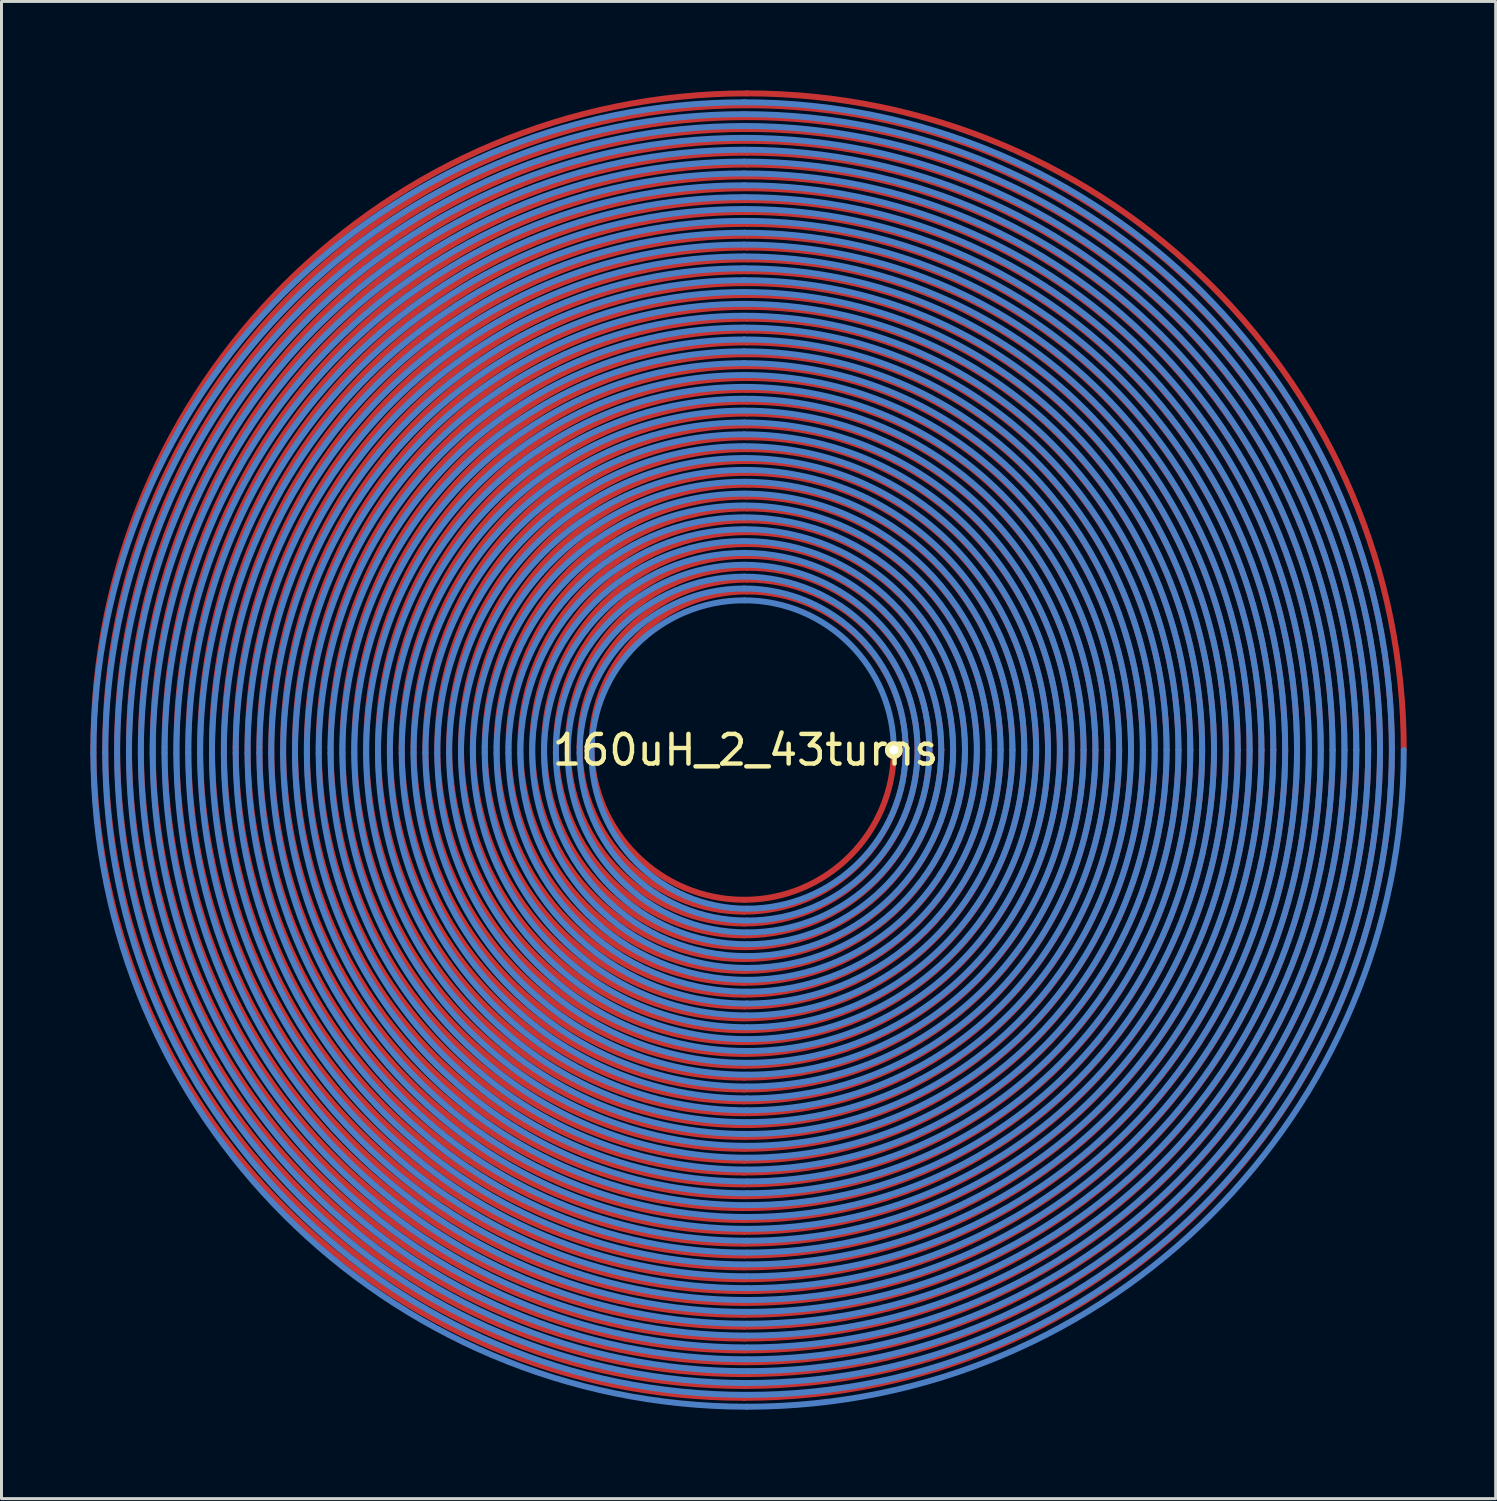
<source format=kicad_pcb>
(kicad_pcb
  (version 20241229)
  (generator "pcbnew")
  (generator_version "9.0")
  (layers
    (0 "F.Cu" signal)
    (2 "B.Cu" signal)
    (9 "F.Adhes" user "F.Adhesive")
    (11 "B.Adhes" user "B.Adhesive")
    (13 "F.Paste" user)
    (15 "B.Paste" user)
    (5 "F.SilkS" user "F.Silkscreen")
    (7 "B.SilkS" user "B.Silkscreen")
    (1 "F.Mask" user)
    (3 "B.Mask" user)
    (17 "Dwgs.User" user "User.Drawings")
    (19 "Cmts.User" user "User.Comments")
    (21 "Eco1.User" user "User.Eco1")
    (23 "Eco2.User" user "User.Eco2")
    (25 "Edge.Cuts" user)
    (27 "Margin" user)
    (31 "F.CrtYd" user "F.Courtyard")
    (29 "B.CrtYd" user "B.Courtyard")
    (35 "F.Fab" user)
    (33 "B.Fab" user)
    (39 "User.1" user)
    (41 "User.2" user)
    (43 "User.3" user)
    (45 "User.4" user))
  (footprint "160uH_2_43turns"
    (layer "F.Cu")
    (at 22.1 22.25)
    (property "Reference" "160uH_2_43turns" (at 0 0 0) (layer "F.SilkS") (effects (font (size 1 1) (thickness 0.15))))
    (attr smd)
    (fp_arc (start -22 -0.1) (mid -15.541705 -15.691705) (end 0.05 -22.15) (stroke (width 0.2) (type solid)) (layer "F.Cu"))
    (fp_arc (start -21.6 -0.1) (mid -15.258862 -15.408862) (end 0.05 -21.75) (stroke (width 0.2) (type solid)) (layer "F.Cu"))
    (fp_arc (start -21.2 -0.1) (mid -14.976019 -15.126019) (end 0.05 -21.35) (stroke (width 0.2) (type solid)) (layer "F.Cu"))
    (fp_arc (start -20.8 -0.1) (mid -14.693176 -14.843176) (end 0.05 -20.95) (stroke (width 0.2) (type solid)) (layer "F.Cu"))
    (fp_arc (start -20.4 -0.1) (mid -14.410334 -14.560334) (end 0.05 -20.55) (stroke (width 0.2) (type solid)) (layer "F.Cu"))
    (fp_arc (start -20 -0.1) (mid -14.127491 -14.277491) (end 0.05 -20.15) (stroke (width 0.2) (type solid)) (layer "F.Cu"))
    (fp_arc (start -19.6 -0.1) (mid -13.844648 -13.994648) (end 0.05 -19.75) (stroke (width 0.2) (type solid)) (layer "F.Cu"))
    (fp_arc (start -19.2 -0.1) (mid -13.561806 -13.711806) (end 0.05 -19.35) (stroke (width 0.2) (type solid)) (layer "F.Cu"))
    (fp_arc (start -18.8 -0.1) (mid -13.278963 -13.428963) (end 0.05 -18.95) (stroke (width 0.2) (type solid)) (layer "F.Cu"))
    (fp_arc (start -18.4 -0.1) (mid -12.99612 -13.14612) (end 0.05 -18.55) (stroke (width 0.2) (type solid)) (layer "F.Cu"))
    (fp_arc (start -18 -0.1) (mid -12.713277 -12.863277) (end 0.05 -18.15) (stroke (width 0.2) (type solid)) (layer "F.Cu"))
    (fp_arc (start -17.6 -0.1) (mid -12.430435 -12.580435) (end 0.05 -17.75) (stroke (width 0.2) (type solid)) (layer "F.Cu"))
    (fp_arc (start -17.2 -0.1) (mid -12.147592 -12.297592) (end 0.05 -17.35) (stroke (width 0.2) (type solid)) (layer "F.Cu"))
    (fp_arc (start -16.8 -0.1) (mid -11.864749 -12.014749) (end 0.05 -16.95) (stroke (width 0.2) (type solid)) (layer "F.Cu"))
    (fp_arc (start -16.4 -0.1) (mid -11.581907 -11.731907) (end 0.05 -16.55) (stroke (width 0.2) (type solid)) (layer "F.Cu"))
    (fp_arc (start -16 -0.1) (mid -11.299064 -11.449064) (end 0.05 -16.15) (stroke (width 0.2) (type solid)) (layer "F.Cu"))
    (fp_arc (start -15.6 -0.1) (mid -11.016221 -11.166221) (end 0.05 -15.75) (stroke (width 0.2) (type solid)) (layer "F.Cu"))
    (fp_arc (start -15.2 -0.1) (mid -10.733378 -10.883378) (end 0.05 -15.35) (stroke (width 0.2) (type solid)) (layer "F.Cu"))
    (fp_arc (start -14.8 -0.1) (mid -10.450536 -10.600536) (end 0.05 -14.95) (stroke (width 0.2) (type solid)) (layer "F.Cu"))
    (fp_arc (start -14.4 -0.1) (mid -10.167693 -10.317693) (end 0.05 -14.55) (stroke (width 0.2) (type solid)) (layer "F.Cu"))
    (fp_arc (start -14 -0.1) (mid -9.88485 -10.03485) (end 0.05 -14.15) (stroke (width 0.2) (type solid)) (layer "F.Cu"))
    (fp_arc (start -13.6 -0.1) (mid -9.602008 -9.752008) (end 0.05 -13.75) (stroke (width 0.2) (type solid)) (layer "F.Cu"))
    (fp_arc (start -13.2 -0.1) (mid -9.319165 -9.469165) (end 0.05 -13.35) (stroke (width 0.2) (type solid)) (layer "F.Cu"))
    (fp_arc (start -12.8 -0.1) (mid -9.036322 -9.186322) (end 0.05 -12.95) (stroke (width 0.2) (type solid)) (layer "F.Cu"))
    (fp_arc (start -12.4 -0.1) (mid -8.753479 -8.903479) (end 0.05 -12.55) (stroke (width 0.2) (type solid)) (layer "F.Cu"))
    (fp_arc (start -12 -0.1) (mid -8.470637 -8.620637) (end 0.05 -12.15) (stroke (width 0.2) (type solid)) (layer "F.Cu"))
    (fp_arc (start -11.6 -0.1) (mid -8.187794 -8.337794) (end 0.05 -11.75) (stroke (width 0.2) (type solid)) (layer "F.Cu"))
    (fp_arc (start -11.2 -0.1) (mid -7.904951 -8.054951) (end 0.05 -11.35) (stroke (width 0.2) (type solid)) (layer "F.Cu"))
    (fp_arc (start -10.8 -0.1) (mid -7.622109 -7.772109) (end 0.05 -10.95) (stroke (width 0.2) (type solid)) (layer "F.Cu"))
    (fp_arc (start -10.4 -0.1) (mid -7.339266 -7.489266) (end 0.05 -10.55) (stroke (width 0.2) (type solid)) (layer "F.Cu"))
    (fp_arc (start -10 -0.1) (mid -7.056423 -7.206423) (end 0.05 -10.15) (stroke (width 0.2) (type solid)) (layer "F.Cu"))
    (fp_arc (start -9.6 -0.1) (mid -6.77358 -6.92358) (end 0.05 -9.75) (stroke (width 0.2) (type solid)) (layer "F.Cu"))
    (fp_arc (start -9.2 -0.1) (mid -6.490738 -6.640738) (end 0.05 -9.35) (stroke (width 0.2) (type solid)) (layer "F.Cu"))
    (fp_arc (start -8.8 -0.1) (mid -6.207895 -6.357895) (end 0.05 -8.95) (stroke (width 0.2) (type solid)) (layer "F.Cu"))
    (fp_arc (start -8.4 -0.1) (mid -5.925052 -6.075052) (end 0.05 -8.55) (stroke (width 0.2) (type solid)) (layer "F.Cu"))
    (fp_arc (start -8 -0.1) (mid -5.64221 -5.79221) (end 0.05 -8.15) (stroke (width 0.2) (type solid)) (layer "F.Cu"))
    (fp_arc (start -7.6 -0.1) (mid -5.359367 -5.509367) (end 0.05 -7.75) (stroke (width 0.2) (type solid)) (layer "F.Cu"))
    (fp_arc (start -7.2 -0.1) (mid -5.076524 -5.226524) (end 0.05 -7.35) (stroke (width 0.2) (type solid)) (layer "F.Cu"))
    (fp_arc (start -6.8 -0.1) (mid -4.793681 -4.943681) (end 0.05 -6.95) (stroke (width 0.2) (type solid)) (layer "F.Cu"))
    (fp_arc (start -6.4 -0.1) (mid -4.510839 -4.660839) (end 0.05 -6.55) (stroke (width 0.2) (type solid)) (layer "F.Cu"))
    (fp_arc (start -6 -0.1) (mid -4.227996 -4.377996) (end 0.05 -6.15) (stroke (width 0.2) (type solid)) (layer "F.Cu"))
    (fp_arc (start -5.6 -0.1) (mid -3.945153 -4.095153) (end 0.05 -5.75) (stroke (width 0.2) (type solid)) (layer "F.Cu"))
    (fp_arc (start -5.2 -0.1) (mid -3.662311 -3.812311) (end 0.05 -5.35) (stroke (width 0.2) (type solid)) (layer "F.Cu"))
    (fp_arc (start -0.05 5.05) (mid -3.6916 3.5416) (end -5.2 -0.1) (stroke (width 0.2) (type solid)) (layer "F.Cu"))
    (fp_arc (start -0.05 5.45) (mid -3.974443 3.824443) (end -5.6 -0.1) (stroke (width 0.2) (type solid)) (layer "F.Cu"))
    (fp_arc (start -0.05 5.85) (mid -4.257285 4.107285) (end -6 -0.1) (stroke (width 0.2) (type solid)) (layer "F.Cu"))
    (fp_arc (start -0.05 6.25) (mid -4.540128 4.390128) (end -6.4 -0.1) (stroke (width 0.2) (type solid)) (layer "F.Cu"))
    (fp_arc (start -0.05 6.65) (mid -4.822971 4.672971) (end -6.8 -0.1) (stroke (width 0.2) (type solid)) (layer "F.Cu"))
    (fp_arc (start -0.05 7.05) (mid -5.105813 4.955813) (end -7.2 -0.1) (stroke (width 0.2) (type solid)) (layer "F.Cu"))
    (fp_arc (start -0.05 7.45) (mid -5.388656 5.238656) (end -7.6 -0.1) (stroke (width 0.2) (type solid)) (layer "F.Cu"))
    (fp_arc (start -0.05 7.85) (mid -5.671499 5.521499) (end -8 -0.1) (stroke (width 0.2) (type solid)) (layer "F.Cu"))
    (fp_arc (start -0.05 8.25) (mid -5.954342 5.804342) (end -8.4 -0.1) (stroke (width 0.2) (type solid)) (layer "F.Cu"))
    (fp_arc (start -0.05 8.65) (mid -6.237184 6.087184) (end -8.8 -0.1) (stroke (width 0.2) (type solid)) (layer "F.Cu"))
    (fp_arc (start -0.05 9.05) (mid -6.520027 6.370027) (end -9.2 -0.1) (stroke (width 0.2) (type solid)) (layer "F.Cu"))
    (fp_arc (start -0.05 9.45) (mid -6.80287 6.65287) (end -9.6 -0.1) (stroke (width 0.2) (type solid)) (layer "F.Cu"))
    (fp_arc (start -0.05 9.85) (mid -7.085712 6.935712) (end -10 -0.1) (stroke (width 0.2) (type solid)) (layer "F.Cu"))
    (fp_arc (start -0.05 10.25) (mid -7.368555 7.218555) (end -10.4 -0.1) (stroke (width 0.2) (type solid)) (layer "F.Cu"))
    (fp_arc (start -0.05 10.65) (mid -7.651398 7.501398) (end -10.8 -0.1) (stroke (width 0.2) (type solid)) (layer "F.Cu"))
    (fp_arc (start -0.05 11.05) (mid -7.934241 7.784241) (end -11.2 -0.1) (stroke (width 0.2) (type solid)) (layer "F.Cu"))
    (fp_arc (start -0.05 11.45) (mid -8.217083 8.067083) (end -11.6 -0.1) (stroke (width 0.2) (type solid)) (layer "F.Cu"))
    (fp_arc (start -0.05 11.85) (mid -8.499926 8.349926) (end -12 -0.1) (stroke (width 0.2) (type solid)) (layer "F.Cu"))
    (fp_arc (start -0.05 12.25) (mid -8.782769 8.632769) (end -12.4 -0.1) (stroke (width 0.2) (type solid)) (layer "F.Cu"))
    (fp_arc (start -0.05 12.65) (mid -9.065611 8.915611) (end -12.8 -0.1) (stroke (width 0.2) (type solid)) (layer "F.Cu"))
    (fp_arc (start -0.05 13.05) (mid -9.348454 9.198454) (end -13.2 -0.1) (stroke (width 0.2) (type solid)) (layer "F.Cu"))
    (fp_arc (start -0.05 13.45) (mid -9.631297 9.481297) (end -13.6 -0.1) (stroke (width 0.2) (type solid)) (layer "F.Cu"))
    (fp_arc (start -0.05 13.85) (mid -9.91414 9.76414) (end -14 -0.1) (stroke (width 0.2) (type solid)) (layer "F.Cu"))
    (fp_arc (start -0.05 14.25) (mid -10.196982 10.046982) (end -14.4 -0.1) (stroke (width 0.2) (type solid)) (layer "F.Cu"))
    (fp_arc (start -0.05 14.65) (mid -10.479825 10.329825) (end -14.8 -0.1) (stroke (width 0.2) (type solid)) (layer "F.Cu"))
    (fp_arc (start -0.05 15.05) (mid -10.762668 10.612668) (end -15.2 -0.1) (stroke (width 0.2) (type solid)) (layer "F.Cu"))
    (fp_arc (start -0.05 15.45) (mid -11.04551 10.89551) (end -15.6 -0.1) (stroke (width 0.2) (type solid)) (layer "F.Cu"))
    (fp_arc (start -0.05 15.85) (mid -11.328353 11.178353) (end -16 -0.1) (stroke (width 0.2) (type solid)) (layer "F.Cu"))
    (fp_arc (start -0.05 16.25) (mid -11.611196 11.461196) (end -16.4 -0.1) (stroke (width 0.2) (type solid)) (layer "F.Cu"))
    (fp_arc (start -0.05 16.65) (mid -11.894039 11.744039) (end -16.8 -0.1) (stroke (width 0.2) (type solid)) (layer "F.Cu"))
    (fp_arc (start -0.05 17.05) (mid -12.176881 12.026881) (end -17.2 -0.1) (stroke (width 0.2) (type solid)) (layer "F.Cu"))
    (fp_arc (start -0.05 17.45) (mid -12.459724 12.309724) (end -17.6 -0.1) (stroke (width 0.2) (type solid)) (layer "F.Cu"))
    (fp_arc (start -0.05 17.85) (mid -12.742567 12.592567) (end -18 -0.1) (stroke (width 0.2) (type solid)) (layer "F.Cu"))
    (fp_arc (start -0.05 18.25) (mid -13.025409 12.875409) (end -18.4 -0.1) (stroke (width 0.2) (type solid)) (layer "F.Cu"))
    (fp_arc (start -0.05 18.65) (mid -13.308252 13.158252) (end -18.8 -0.1) (stroke (width 0.2) (type solid)) (layer "F.Cu"))
    (fp_arc (start -0.05 19.05) (mid -13.591095 13.441095) (end -19.2 -0.1) (stroke (width 0.2) (type solid)) (layer "F.Cu"))
    (fp_arc (start -0.05 19.45) (mid -13.873938 13.723938) (end -19.6 -0.1) (stroke (width 0.2) (type solid)) (layer "F.Cu"))
    (fp_arc (start -0.05 19.85) (mid -14.15678 14.00678) (end -20 -0.1) (stroke (width 0.2) (type solid)) (layer "F.Cu"))
    (fp_arc (start -0.05 20.25) (mid -14.439623 14.289623) (end -20.4 -0.1) (stroke (width 0.2) (type solid)) (layer "F.Cu"))
    (fp_arc (start -0.05 20.65) (mid -14.722466 14.572466) (end -20.8 -0.1) (stroke (width 0.2) (type solid)) (layer "F.Cu"))
    (fp_arc (start -0.05 21.05) (mid -15.005308 14.855308) (end -21.2 -0.1) (stroke (width 0.2) (type solid)) (layer "F.Cu"))
    (fp_arc (start -0.05 21.45) (mid -15.288151 15.138151) (end -21.6 -0.1) (stroke (width 0.2) (type solid)) (layer "F.Cu"))
    (fp_arc (start -0.05 21.85) (mid -15.570994 15.420994) (end -22 -0.1) (stroke (width 0.2) (type solid)) (layer "F.Cu"))
    (fp_arc (start 0.05 -22.15) (mid 15.712415 -15.662415) (end 22.2 0) (stroke (width 0.2) (type solid)) (layer "F.Cu"))
    (fp_arc (start 0.05 -21.75) (mid 15.429572 -15.379572) (end 21.8 0) (stroke (width 0.2) (type solid)) (layer "F.Cu"))
    (fp_arc (start 0.05 -21.35) (mid 15.14673 -15.09673) (end 21.4 0) (stroke (width 0.2) (type solid)) (layer "F.Cu"))
    (fp_arc (start 0.05 -20.95) (mid 14.863887 -14.813887) (end 21 0) (stroke (width 0.2) (type solid)) (layer "F.Cu"))
    (fp_arc (start 0.05 -20.55) (mid 14.581044 -14.531044) (end 20.6 0) (stroke (width 0.2) (type solid)) (layer "F.Cu"))
    (fp_arc (start 0.05 -20.15) (mid 14.298202 -14.248202) (end 20.2 0) (stroke (width 0.2) (type solid)) (layer "F.Cu"))
    (fp_arc (start 0.05 -19.75) (mid 14.015359 -13.965359) (end 19.8 0) (stroke (width 0.2) (type solid)) (layer "F.Cu"))
    (fp_arc (start 0.05 -19.35) (mid 13.732516 -13.682516) (end 19.4 0) (stroke (width 0.2) (type solid)) (layer "F.Cu"))
    (fp_arc (start 0.05 -18.95) (mid 13.449674 -13.399674) (end 19 0) (stroke (width 0.2) (type solid)) (layer "F.Cu"))
    (fp_arc (start 0.05 -18.55) (mid 13.166831 -13.116831) (end 18.6 0) (stroke (width 0.2) (type solid)) (layer "F.Cu"))
    (fp_arc (start 0.05 -18.15) (mid 12.883988 -12.833988) (end 18.2 0) (stroke (width 0.2) (type solid)) (layer "F.Cu"))
    (fp_arc (start 0.05 -17.75) (mid 12.601145 -12.551145) (end 17.8 0) (stroke (width 0.2) (type solid)) (layer "F.Cu"))
    (fp_arc (start 0.05 -17.35) (mid 12.318303 -12.268303) (end 17.4 0) (stroke (width 0.2) (type solid)) (layer "F.Cu"))
    (fp_arc (start 0.05 -16.95) (mid 12.03546 -11.98546) (end 17 0) (stroke (width 0.2) (type solid)) (layer "F.Cu"))
    (fp_arc (start 0.05 -16.55) (mid 11.752617 -11.702617) (end 16.6 0) (stroke (width 0.2) (type solid)) (layer "F.Cu"))
    (fp_arc (start 0.05 -16.15) (mid 11.469775 -11.419775) (end 16.2 0) (stroke (width 0.2) (type solid)) (layer "F.Cu"))
    (fp_arc (start 0.05 -15.75) (mid 11.186932 -11.136932) (end 15.8 0) (stroke (width 0.2) (type solid)) (layer "F.Cu"))
    (fp_arc (start 0.05 -15.35) (mid 10.904089 -10.854089) (end 15.4 0) (stroke (width 0.2) (type solid)) (layer "F.Cu"))
    (fp_arc (start 0.05 -14.95) (mid 10.621246 -10.571246) (end 15 0) (stroke (width 0.2) (type solid)) (layer "F.Cu"))
    (fp_arc (start 0.05 -14.55) (mid 10.338404 -10.288404) (end 14.6 0) (stroke (width 0.2) (type solid)) (layer "F.Cu"))
    (fp_arc (start 0.05 -14.15) (mid 10.055561 -10.005561) (end 14.2 0) (stroke (width 0.2) (type solid)) (layer "F.Cu"))
    (fp_arc (start 0.05 -13.75) (mid 9.772718 -9.722718) (end 13.8 0) (stroke (width 0.2) (type solid)) (layer "F.Cu"))
    (fp_arc (start 0.05 -13.35) (mid 9.489876 -9.439876) (end 13.4 0) (stroke (width 0.2) (type solid)) (layer "F.Cu"))
    (fp_arc (start 0.05 -12.95) (mid 9.207033 -9.157033) (end 13 0) (stroke (width 0.2) (type solid)) (layer "F.Cu"))
    (fp_arc (start 0.05 -12.55) (mid 8.92419 -8.87419) (end 12.6 0) (stroke (width 0.2) (type solid)) (layer "F.Cu"))
    (fp_arc (start 0.05 -12.15) (mid 8.641347 -8.591347) (end 12.2 0) (stroke (width 0.2) (type solid)) (layer "F.Cu"))
    (fp_arc (start 0.05 -11.75) (mid 8.358505 -8.308505) (end 11.8 0) (stroke (width 0.2) (type solid)) (layer "F.Cu"))
    (fp_arc (start 0.05 -11.35) (mid 8.075662 -8.025662) (end 11.4 0) (stroke (width 0.2) (type solid)) (layer "F.Cu"))
    (fp_arc (start 0.05 -10.95) (mid 7.792819 -7.742819) (end 11 0) (stroke (width 0.2) (type solid)) (layer "F.Cu"))
    (fp_arc (start 0.05 -10.55) (mid 7.509977 -7.459977) (end 10.6 0) (stroke (width 0.2) (type solid)) (layer "F.Cu"))
    (fp_arc (start 0.05 -10.15) (mid 7.227134 -7.177134) (end 10.2 0) (stroke (width 0.2) (type solid)) (layer "F.Cu"))
    (fp_arc (start 0.05 -9.75) (mid 6.944291 -6.894291) (end 9.8 0) (stroke (width 0.2) (type solid)) (layer "F.Cu"))
    (fp_arc (start 0.05 -9.35) (mid 6.661448 -6.611448) (end 9.4 0) (stroke (width 0.2) (type solid)) (layer "F.Cu"))
    (fp_arc (start 0.05 -8.95) (mid 6.378606 -6.328606) (end 9 0) (stroke (width 0.2) (type solid)) (layer "F.Cu"))
    (fp_arc (start 0.05 -8.55) (mid 6.095763 -6.045763) (end 8.6 0) (stroke (width 0.2) (type solid)) (layer "F.Cu"))
    (fp_arc (start 0.05 -8.15) (mid 5.81292 -5.76292) (end 8.2 0) (stroke (width 0.2) (type solid)) (layer "F.Cu"))
    (fp_arc (start 0.05 -7.75) (mid 5.530078 -5.480078) (end 7.8 0) (stroke (width 0.2) (type solid)) (layer "F.Cu"))
    (fp_arc (start 0.05 -7.35) (mid 5.247235 -5.197235) (end 7.4 0) (stroke (width 0.2) (type solid)) (layer "F.Cu"))
    (fp_arc (start 0.05 -6.95) (mid 4.964392 -4.914392) (end 7 0) (stroke (width 0.2) (type solid)) (layer "F.Cu"))
    (fp_arc (start 0.05 -6.55) (mid 4.681549 -4.631549) (end 6.6 0) (stroke (width 0.2) (type solid)) (layer "F.Cu"))
    (fp_arc (start 0.05 -6.15) (mid 4.398707 -4.348707) (end 6.2 0) (stroke (width 0.2) (type solid)) (layer "F.Cu"))
    (fp_arc (start 0.05 -5.75) (mid 4.115864 -4.065864) (end 5.8 0) (stroke (width 0.2) (type solid)) (layer "F.Cu"))
    (fp_arc (start 0.05 -5.35) (mid 3.833021 -3.783021) (end 5.4 0) (stroke (width 0.2) (type solid)) (layer "F.Cu"))
    (fp_arc (start 5 0) (mid 3.520889 3.570889) (end -0.05 5.05) (stroke (width 0.2) (type solid)) (layer "F.Cu"))
    (fp_arc (start 5.4 0) (mid 3.803732 3.853732) (end -0.05 5.45) (stroke (width 0.2) (type solid)) (layer "F.Cu"))
    (fp_arc (start 5.8 0) (mid 4.086575 4.136575) (end -0.05 5.85) (stroke (width 0.2) (type solid)) (layer "F.Cu"))
    (fp_arc (start 6.2 0) (mid 4.369417 4.419417) (end -0.05 6.25) (stroke (width 0.2) (type solid)) (layer "F.Cu"))
    (fp_arc (start 6.6 0) (mid 4.65226 4.70226) (end -0.05 6.65) (stroke (width 0.2) (type solid)) (layer "F.Cu"))
    (fp_arc (start 7 0) (mid 4.935103 4.985103) (end -0.05 7.05) (stroke (width 0.2) (type solid)) (layer "F.Cu"))
    (fp_arc (start 7.4 0) (mid 5.217946 5.267946) (end -0.05 7.45) (stroke (width 0.2) (type solid)) (layer "F.Cu"))
    (fp_arc (start 7.8 0) (mid 5.500788 5.550788) (end -0.05 7.85) (stroke (width 0.2) (type solid)) (layer "F.Cu"))
    (fp_arc (start 8.2 0) (mid 5.783631 5.833631) (end -0.05 8.25) (stroke (width 0.2) (type solid)) (layer "F.Cu"))
    (fp_arc (start 8.6 0) (mid 6.066474 6.116474) (end -0.05 8.65) (stroke (width 0.2) (type solid)) (layer "F.Cu"))
    (fp_arc (start 9 0) (mid 6.349316 6.399316) (end -0.05 9.05) (stroke (width 0.2) (type solid)) (layer "F.Cu"))
    (fp_arc (start 9.4 0) (mid 6.632159 6.682159) (end -0.05 9.45) (stroke (width 0.2) (type solid)) (layer "F.Cu"))
    (fp_arc (start 9.8 0) (mid 6.915002 6.965002) (end -0.05 9.85) (stroke (width 0.2) (type solid)) (layer "F.Cu"))
    (fp_arc (start 10.2 0) (mid 7.197845 7.247845) (end -0.05 10.25) (stroke (width 0.2) (type solid)) (layer "F.Cu"))
    (fp_arc (start 10.6 0) (mid 7.480687 7.530687) (end -0.05 10.65) (stroke (width 0.2) (type solid)) (layer "F.Cu"))
    (fp_arc (start 11 0) (mid 7.76353 7.81353) (end -0.05 11.05) (stroke (width 0.2) (type solid)) (layer "F.Cu"))
    (fp_arc (start 11.4 0) (mid 8.046373 8.096373) (end -0.05 11.45) (stroke (width 0.2) (type solid)) (layer "F.Cu"))
    (fp_arc (start 11.8 0) (mid 8.329215 8.379215) (end -0.05 11.85) (stroke (width 0.2) (type solid)) (layer "F.Cu"))
    (fp_arc (start 12.2 0) (mid 8.612058 8.662058) (end -0.05 12.25) (stroke (width 0.2) (type solid)) (layer "F.Cu"))
    (fp_arc (start 12.6 0) (mid 8.894901 8.944901) (end -0.05 12.65) (stroke (width 0.2) (type solid)) (layer "F.Cu"))
    (fp_arc (start 13 0) (mid 9.177743 9.227743) (end -0.05 13.05) (stroke (width 0.2) (type solid)) (layer "F.Cu"))
    (fp_arc (start 13.4 0) (mid 9.460586 9.510586) (end -0.05 13.45) (stroke (width 0.2) (type solid)) (layer "F.Cu"))
    (fp_arc (start 13.8 0) (mid 9.743429 9.793429) (end -0.05 13.85) (stroke (width 0.2) (type solid)) (layer "F.Cu"))
    (fp_arc (start 14.2 0) (mid 10.026272 10.076272) (end -0.05 14.25) (stroke (width 0.2) (type solid)) (layer "F.Cu"))
    (fp_arc (start 14.6 0) (mid 10.309114 10.359114) (end -0.05 14.65) (stroke (width 0.2) (type solid)) (layer "F.Cu"))
    (fp_arc (start 15 0) (mid 10.591957 10.641957) (end -0.05 15.05) (stroke (width 0.2) (type solid)) (layer "F.Cu"))
    (fp_arc (start 15.4 0) (mid 10.8748 10.9248) (end -0.05 15.45) (stroke (width 0.2) (type solid)) (layer "F.Cu"))
    (fp_arc (start 15.8 0) (mid 11.157642 11.207642) (end -0.05 15.85) (stroke (width 0.2) (type solid)) (layer "F.Cu"))
    (fp_arc (start 16.2 0) (mid 11.440485 11.490485) (end -0.05 16.25) (stroke (width 0.2) (type solid)) (layer "F.Cu"))
    (fp_arc (start 16.6 0) (mid 11.723328 11.773328) (end -0.05 16.65) (stroke (width 0.2) (type solid)) (layer "F.Cu"))
    (fp_arc (start 17 0) (mid 12.006171 12.056171) (end -0.05 17.05) (stroke (width 0.2) (type solid)) (layer "F.Cu"))
    (fp_arc (start 17.4 0) (mid 12.289013 12.339013) (end -0.05 17.45) (stroke (width 0.2) (type solid)) (layer "F.Cu"))
    (fp_arc (start 17.8 0) (mid 12.571856 12.621856) (end -0.05 17.85) (stroke (width 0.2) (type solid)) (layer "F.Cu"))
    (fp_arc (start 18.2 0) (mid 12.854699 12.904699) (end -0.05 18.25) (stroke (width 0.2) (type solid)) (layer "F.Cu"))
    (fp_arc (start 18.6 0) (mid 13.137541 13.187541) (end -0.05 18.65) (stroke (width 0.2) (type solid)) (layer "F.Cu"))
    (fp_arc (start 19 0) (mid 13.420384 13.470384) (end -0.05 19.05) (stroke (width 0.2) (type solid)) (layer "F.Cu"))
    (fp_arc (start 19.4 0) (mid 13.703227 13.753227) (end -0.05 19.45) (stroke (width 0.2) (type solid)) (layer "F.Cu"))
    (fp_arc (start 19.8 0) (mid 13.98607 14.03607) (end -0.05 19.85) (stroke (width 0.2) (type solid)) (layer "F.Cu"))
    (fp_arc (start 20.2 0) (mid 14.268912 14.318912) (end -0.05 20.25) (stroke (width 0.2) (type solid)) (layer "F.Cu"))
    (fp_arc (start 20.6 0) (mid 14.551755 14.601755) (end -0.05 20.65) (stroke (width 0.2) (type solid)) (layer "F.Cu"))
    (fp_arc (start 21 0) (mid 14.834598 14.884598) (end -0.05 21.05) (stroke (width 0.2) (type solid)) (layer "F.Cu"))
    (fp_arc (start 21.4 0) (mid 15.11744 15.16744) (end -0.05 21.45) (stroke (width 0.2) (type solid)) (layer "F.Cu"))
    (fp_arc (start 21.8 0) (mid 15.400283 15.450283) (end -0.05 21.85) (stroke (width 0.2) (type solid)) (layer "F.Cu"))
    (fp_arc (start -22 0.1) (mid -15.570994 -15.420994) (end -0.05 -21.85) (stroke (width 0.2) (type solid)) (layer "B.Cu"))
    (fp_arc (start -21.6 0.1) (mid -15.288151 -15.138151) (end -0.05 -21.45) (stroke (width 0.2) (type solid)) (layer "B.Cu"))
    (fp_arc (start -21.2 0.1) (mid -15.005308 -14.855308) (end -0.05 -21.05) (stroke (width 0.2) (type solid)) (layer "B.Cu"))
    (fp_arc (start -20.8 0.1) (mid -14.722466 -14.572466) (end -0.05 -20.65) (stroke (width 0.2) (type solid)) (layer "B.Cu"))
    (fp_arc (start -20.4 0.1) (mid -14.439623 -14.289623) (end -0.05 -20.25) (stroke (width 0.2) (type solid)) (layer "B.Cu"))
    (fp_arc (start -20 0.1) (mid -14.15678 -14.00678) (end -0.05 -19.85) (stroke (width 0.2) (type solid)) (layer "B.Cu"))
    (fp_arc (start -19.6 0.1) (mid -13.873938 -13.723938) (end -0.05 -19.45) (stroke (width 0.2) (type solid)) (layer "B.Cu"))
    (fp_arc (start -19.2 0.1) (mid -13.591095 -13.441095) (end -0.05 -19.05) (stroke (width 0.2) (type solid)) (layer "B.Cu"))
    (fp_arc (start -18.8 0.1) (mid -13.308252 -13.158252) (end -0.05 -18.65) (stroke (width 0.2) (type solid)) (layer "B.Cu"))
    (fp_arc (start -18.4 0.1) (mid -13.025409 -12.875409) (end -0.05 -18.25) (stroke (width 0.2) (type solid)) (layer "B.Cu"))
    (fp_arc (start -18 0.1) (mid -12.742567 -12.592567) (end -0.05 -17.85) (stroke (width 0.2) (type solid)) (layer "B.Cu"))
    (fp_arc (start -17.6 0.1) (mid -12.459724 -12.309724) (end -0.05 -17.45) (stroke (width 0.2) (type solid)) (layer "B.Cu"))
    (fp_arc (start -17.2 0.1) (mid -12.176881 -12.026881) (end -0.05 -17.05) (stroke (width 0.2) (type solid)) (layer "B.Cu"))
    (fp_arc (start -16.8 0.1) (mid -11.894039 -11.744039) (end -0.05 -16.65) (stroke (width 0.2) (type solid)) (layer "B.Cu"))
    (fp_arc (start -16.4 0.1) (mid -11.611196 -11.461196) (end -0.05 -16.25) (stroke (width 0.2) (type solid)) (layer "B.Cu"))
    (fp_arc (start -16 0.1) (mid -11.328353 -11.178353) (end -0.05 -15.85) (stroke (width 0.2) (type solid)) (layer "B.Cu"))
    (fp_arc (start -15.6 0.1) (mid -11.04551 -10.89551) (end -0.05 -15.45) (stroke (width 0.2) (type solid)) (layer "B.Cu"))
    (fp_arc (start -15.2 0.1) (mid -10.762668 -10.612668) (end -0.05 -15.05) (stroke (width 0.2) (type solid)) (layer "B.Cu"))
    (fp_arc (start -14.8 0.1) (mid -10.479825 -10.329825) (end -0.05 -14.65) (stroke (width 0.2) (type solid)) (layer "B.Cu"))
    (fp_arc (start -14.4 0.1) (mid -10.196982 -10.046982) (end -0.05 -14.25) (stroke (width 0.2) (type solid)) (layer "B.Cu"))
    (fp_arc (start -14 0.1) (mid -9.91414 -9.76414) (end -0.05 -13.85) (stroke (width 0.2) (type solid)) (layer "B.Cu"))
    (fp_arc (start -13.6 0.1) (mid -9.631297 -9.481297) (end -0.05 -13.45) (stroke (width 0.2) (type solid)) (layer "B.Cu"))
    (fp_arc (start -13.2 0.1) (mid -9.348454 -9.198454) (end -0.05 -13.05) (stroke (width 0.2) (type solid)) (layer "B.Cu"))
    (fp_arc (start -12.8 0.1) (mid -9.065611 -8.915611) (end -0.05 -12.65) (stroke (width 0.2) (type solid)) (layer "B.Cu"))
    (fp_arc (start -12.4 0.1) (mid -8.782769 -8.632769) (end -0.05 -12.25) (stroke (width 0.2) (type solid)) (layer "B.Cu"))
    (fp_arc (start -12 0.1) (mid -8.499926 -8.349926) (end -0.05 -11.85) (stroke (width 0.2) (type solid)) (layer "B.Cu"))
    (fp_arc (start -11.6 0.1) (mid -8.217083 -8.067083) (end -0.05 -11.45) (stroke (width 0.2) (type solid)) (layer "B.Cu"))
    (fp_arc (start -11.2 0.1) (mid -7.934241 -7.784241) (end -0.05 -11.05) (stroke (width 0.2) (type solid)) (layer "B.Cu"))
    (fp_arc (start -10.8 0.1) (mid -7.651398 -7.501398) (end -0.05 -10.65) (stroke (width 0.2) (type solid)) (layer "B.Cu"))
    (fp_arc (start -10.4 0.1) (mid -7.368555 -7.218555) (end -0.05 -10.25) (stroke (width 0.2) (type solid)) (layer "B.Cu"))
    (fp_arc (start -10 0.1) (mid -7.085712 -6.935712) (end -0.05 -9.85) (stroke (width 0.2) (type solid)) (layer "B.Cu"))
    (fp_arc (start -9.6 0.1) (mid -6.80287 -6.65287) (end -0.05 -9.45) (stroke (width 0.2) (type solid)) (layer "B.Cu"))
    (fp_arc (start -9.2 0.1) (mid -6.520027 -6.370027) (end -0.05 -9.05) (stroke (width 0.2) (type solid)) (layer "B.Cu"))
    (fp_arc (start -8.8 0.1) (mid -6.237184 -6.087184) (end -0.05 -8.65) (stroke (width 0.2) (type solid)) (layer "B.Cu"))
    (fp_arc (start -8.4 0.1) (mid -5.954342 -5.804342) (end -0.05 -8.25) (stroke (width 0.2) (type solid)) (layer "B.Cu"))
    (fp_arc (start -8 0.1) (mid -5.671499 -5.521499) (end -0.05 -7.85) (stroke (width 0.2) (type solid)) (layer "B.Cu"))
    (fp_arc (start -7.6 0.1) (mid -5.388656 -5.238656) (end -0.05 -7.45) (stroke (width 0.2) (type solid)) (layer "B.Cu"))
    (fp_arc (start -7.2 0.1) (mid -5.105813 -4.955813) (end -0.05 -7.05) (stroke (width 0.2) (type solid)) (layer "B.Cu"))
    (fp_arc (start -6.8 0.1) (mid -4.822971 -4.672971) (end -0.05 -6.65) (stroke (width 0.2) (type solid)) (layer "B.Cu"))
    (fp_arc (start -6.4 0.1) (mid -4.540128 -4.390128) (end -0.05 -6.25) (stroke (width 0.2) (type solid)) (layer "B.Cu"))
    (fp_arc (start -6 0.1) (mid -4.257285 -4.107285) (end -0.05 -5.85) (stroke (width 0.2) (type solid)) (layer "B.Cu"))
    (fp_arc (start -5.6 0.1) (mid -3.974443 -3.824443) (end -0.05 -5.45) (stroke (width 0.2) (type solid)) (layer "B.Cu"))
    (fp_arc (start -5.2 0.1) (mid -3.6916 -3.5416) (end -0.05 -5.05) (stroke (width 0.2) (type solid)) (layer "B.Cu"))
    (fp_arc (start -0.05 -21.85) (mid 15.400283 -15.450283) (end 21.8 0) (stroke (width 0.2) (type solid)) (layer "B.Cu"))
    (fp_arc (start -0.05 -21.45) (mid 15.11744 -15.16744) (end 21.4 0) (stroke (width 0.2) (type solid)) (layer "B.Cu"))
    (fp_arc (start -0.05 -21.05) (mid 14.834598 -14.884598) (end 21 0) (stroke (width 0.2) (type solid)) (layer "B.Cu"))
    (fp_arc (start -0.05 -20.65) (mid 14.551755 -14.601755) (end 20.6 0) (stroke (width 0.2) (type solid)) (layer "B.Cu"))
    (fp_arc (start -0.05 -20.25) (mid 14.268912 -14.318912) (end 20.2 0) (stroke (width 0.2) (type solid)) (layer "B.Cu"))
    (fp_arc (start -0.05 -19.85) (mid 13.98607 -14.03607) (end 19.8 0) (stroke (width 0.2) (type solid)) (layer "B.Cu"))
    (fp_arc (start -0.05 -19.45) (mid 13.703227 -13.753227) (end 19.4 0) (stroke (width 0.2) (type solid)) (layer "B.Cu"))
    (fp_arc (start -0.05 -19.05) (mid 13.420384 -13.470384) (end 19 0) (stroke (width 0.2) (type solid)) (layer "B.Cu"))
    (fp_arc (start -0.05 -18.65) (mid 13.137541 -13.187541) (end 18.6 0) (stroke (width 0.2) (type solid)) (layer "B.Cu"))
    (fp_arc (start -0.05 -18.25) (mid 12.854699 -12.904699) (end 18.2 0) (stroke (width 0.2) (type solid)) (layer "B.Cu"))
    (fp_arc (start -0.05 -17.85) (mid 12.571856 -12.621856) (end 17.8 0) (stroke (width 0.2) (type solid)) (layer "B.Cu"))
    (fp_arc (start -0.05 -17.45) (mid 12.289013 -12.339013) (end 17.4 0) (stroke (width 0.2) (type solid)) (layer "B.Cu"))
    (fp_arc (start -0.05 -17.05) (mid 12.006171 -12.056171) (end 17 0) (stroke (width 0.2) (type solid)) (layer "B.Cu"))
    (fp_arc (start -0.05 -16.65) (mid 11.723328 -11.773328) (end 16.6 0) (stroke (width 0.2) (type solid)) (layer "B.Cu"))
    (fp_arc (start -0.05 -16.25) (mid 11.440485 -11.490485) (end 16.2 0) (stroke (width 0.2) (type solid)) (layer "B.Cu"))
    (fp_arc (start -0.05 -15.85) (mid 11.157642 -11.207642) (end 15.8 0) (stroke (width 0.2) (type solid)) (layer "B.Cu"))
    (fp_arc (start -0.05 -15.45) (mid 10.8748 -10.9248) (end 15.4 0) (stroke (width 0.2) (type solid)) (layer "B.Cu"))
    (fp_arc (start -0.05 -15.05) (mid 10.591957 -10.641957) (end 15 0) (stroke (width 0.2) (type solid)) (layer "B.Cu"))
    (fp_arc (start -0.05 -14.65) (mid 10.309114 -10.359114) (end 14.6 0) (stroke (width 0.2) (type solid)) (layer "B.Cu"))
    (fp_arc (start -0.05 -14.25) (mid 10.026272 -10.076272) (end 14.2 0) (stroke (width 0.2) (type solid)) (layer "B.Cu"))
    (fp_arc (start -0.05 -13.85) (mid 9.743429 -9.793429) (end 13.8 0) (stroke (width 0.2) (type solid)) (layer "B.Cu"))
    (fp_arc (start -0.05 -13.45) (mid 9.460586 -9.510586) (end 13.4 0) (stroke (width 0.2) (type solid)) (layer "B.Cu"))
    (fp_arc (start -0.05 -13.05) (mid 9.177743 -9.227743) (end 13 0) (stroke (width 0.2) (type solid)) (layer "B.Cu"))
    (fp_arc (start -0.05 -12.65) (mid 8.894901 -8.944901) (end 12.6 0) (stroke (width 0.2) (type solid)) (layer "B.Cu"))
    (fp_arc (start -0.05 -12.25) (mid 8.612058 -8.662058) (end 12.2 0) (stroke (width 0.2) (type solid)) (layer "B.Cu"))
    (fp_arc (start -0.05 -11.85) (mid 8.329215 -8.379215) (end 11.8 0) (stroke (width 0.2) (type solid)) (layer "B.Cu"))
    (fp_arc (start -0.05 -11.45) (mid 8.046373 -8.096373) (end 11.4 0) (stroke (width 0.2) (type solid)) (layer "B.Cu"))
    (fp_arc (start -0.05 -11.05) (mid 7.76353 -7.81353) (end 11 0) (stroke (width 0.2) (type solid)) (layer "B.Cu"))
    (fp_arc (start -0.05 -10.65) (mid 7.480687 -7.530687) (end 10.6 0) (stroke (width 0.2) (type solid)) (layer "B.Cu"))
    (fp_arc (start -0.05 -10.25) (mid 7.197845 -7.247845) (end 10.2 0) (stroke (width 0.2) (type solid)) (layer "B.Cu"))
    (fp_arc (start -0.05 -9.85) (mid 6.915002 -6.965002) (end 9.8 0) (stroke (width 0.2) (type solid)) (layer "B.Cu"))
    (fp_arc (start -0.05 -9.45) (mid 6.632159 -6.682159) (end 9.4 0) (stroke (width 0.2) (type solid)) (layer "B.Cu"))
    (fp_arc (start -0.05 -9.05) (mid 6.349316 -6.399316) (end 9 0) (stroke (width 0.2) (type solid)) (layer "B.Cu"))
    (fp_arc (start -0.05 -8.65) (mid 6.066474 -6.116474) (end 8.6 0) (stroke (width 0.2) (type solid)) (layer "B.Cu"))
    (fp_arc (start -0.05 -8.25) (mid 5.783631 -5.833631) (end 8.2 0) (stroke (width 0.2) (type solid)) (layer "B.Cu"))
    (fp_arc (start -0.05 -7.85) (mid 5.500788 -5.550788) (end 7.8 0) (stroke (width 0.2) (type solid)) (layer "B.Cu"))
    (fp_arc (start -0.05 -7.45) (mid 5.217946 -5.267946) (end 7.4 0) (stroke (width 0.2) (type solid)) (layer "B.Cu"))
    (fp_arc (start -0.05 -7.05) (mid 4.935103 -4.985103) (end 7 0) (stroke (width 0.2) (type solid)) (layer "B.Cu"))
    (fp_arc (start -0.05 -6.65) (mid 4.65226 -4.70226) (end 6.6 0) (stroke (width 0.2) (type solid)) (layer "B.Cu"))
    (fp_arc (start -0.05 -6.25) (mid 4.369417 -4.419417) (end 6.2 0) (stroke (width 0.2) (type solid)) (layer "B.Cu"))
    (fp_arc (start -0.05 -5.85) (mid 4.086575 -4.136575) (end 5.8 0) (stroke (width 0.2) (type solid)) (layer "B.Cu"))
    (fp_arc (start -0.05 -5.45) (mid 3.803732 -3.853732) (end 5.4 0) (stroke (width 0.2) (type solid)) (layer "B.Cu"))
    (fp_arc (start -0.05 -5.05) (mid 3.520889 -3.570889) (end 5 0) (stroke (width 0.2) (type solid)) (layer "B.Cu"))
    (fp_arc (start 0.05 5.35) (mid -3.662311 3.812311) (end -5.2 0.1) (stroke (width 0.2) (type solid)) (layer "B.Cu"))
    (fp_arc (start 0.05 5.75) (mid -3.945153 4.095153) (end -5.6 0.1) (stroke (width 0.2) (type solid)) (layer "B.Cu"))
    (fp_arc (start 0.05 6.15) (mid -4.227996 4.377996) (end -6 0.1) (stroke (width 0.2) (type solid)) (layer "B.Cu"))
    (fp_arc (start 0.05 6.55) (mid -4.510839 4.660839) (end -6.4 0.1) (stroke (width 0.2) (type solid)) (layer "B.Cu"))
    (fp_arc (start 0.05 6.95) (mid -4.793681 4.943681) (end -6.8 0.1) (stroke (width 0.2) (type solid)) (layer "B.Cu"))
    (fp_arc (start 0.05 7.35) (mid -5.076524 5.226524) (end -7.2 0.1) (stroke (width 0.2) (type solid)) (layer "B.Cu"))
    (fp_arc (start 0.05 7.75) (mid -5.359367 5.509367) (end -7.6 0.1) (stroke (width 0.2) (type solid)) (layer "B.Cu"))
    (fp_arc (start 0.05 8.15) (mid -5.64221 5.79221) (end -8 0.1) (stroke (width 0.2) (type solid)) (layer "B.Cu"))
    (fp_arc (start 0.05 8.55) (mid -5.925052 6.075052) (end -8.4 0.1) (stroke (width 0.2) (type solid)) (layer "B.Cu"))
    (fp_arc (start 0.05 8.95) (mid -6.207895 6.357895) (end -8.8 0.1) (stroke (width 0.2) (type solid)) (layer "B.Cu"))
    (fp_arc (start 0.05 9.35) (mid -6.490738 6.640738) (end -9.2 0.1) (stroke (width 0.2) (type solid)) (layer "B.Cu"))
    (fp_arc (start 0.05 9.75) (mid -6.77358 6.92358) (end -9.6 0.1) (stroke (width 0.2) (type solid)) (layer "B.Cu"))
    (fp_arc (start 0.05 10.15) (mid -7.056423 7.206423) (end -10 0.1) (stroke (width 0.2) (type solid)) (layer "B.Cu"))
    (fp_arc (start 0.05 10.55) (mid -7.339266 7.489266) (end -10.4 0.1) (stroke (width 0.2) (type solid)) (layer "B.Cu"))
    (fp_arc (start 0.05 10.95) (mid -7.622109 7.772109) (end -10.8 0.1) (stroke (width 0.2) (type solid)) (layer "B.Cu"))
    (fp_arc (start 0.05 11.35) (mid -7.904951 8.054951) (end -11.2 0.1) (stroke (width 0.2) (type solid)) (layer "B.Cu"))
    (fp_arc (start 0.05 11.75) (mid -8.187794 8.337794) (end -11.6 0.1) (stroke (width 0.2) (type solid)) (layer "B.Cu"))
    (fp_arc (start 0.05 12.15) (mid -8.470637 8.620637) (end -12 0.1) (stroke (width 0.2) (type solid)) (layer "B.Cu"))
    (fp_arc (start 0.05 12.55) (mid -8.753479 8.903479) (end -12.4 0.1) (stroke (width 0.2) (type solid)) (layer "B.Cu"))
    (fp_arc (start 0.05 12.95) (mid -9.036322 9.186322) (end -12.8 0.1) (stroke (width 0.2) (type solid)) (layer "B.Cu"))
    (fp_arc (start 0.05 13.35) (mid -9.319165 9.469165) (end -13.2 0.1) (stroke (width 0.2) (type solid)) (layer "B.Cu"))
    (fp_arc (start 0.05 13.75) (mid -9.602008 9.752008) (end -13.6 0.1) (stroke (width 0.2) (type solid)) (layer "B.Cu"))
    (fp_arc (start 0.05 14.15) (mid -9.88485 10.03485) (end -14 0.1) (stroke (width 0.2) (type solid)) (layer "B.Cu"))
    (fp_arc (start 0.05 14.55) (mid -10.167693 10.317693) (end -14.4 0.1) (stroke (width 0.2) (type solid)) (layer "B.Cu"))
    (fp_arc (start 0.05 14.95) (mid -10.450536 10.600536) (end -14.8 0.1) (stroke (width 0.2) (type solid)) (layer "B.Cu"))
    (fp_arc (start 0.05 15.35) (mid -10.733378 10.883378) (end -15.2 0.1) (stroke (width 0.2) (type solid)) (layer "B.Cu"))
    (fp_arc (start 0.05 15.75) (mid -11.016221 11.166221) (end -15.6 0.1) (stroke (width 0.2) (type solid)) (layer "B.Cu"))
    (fp_arc (start 0.05 16.15) (mid -11.299064 11.449064) (end -16 0.1) (stroke (width 0.2) (type solid)) (layer "B.Cu"))
    (fp_arc (start 0.05 16.55) (mid -11.581907 11.731907) (end -16.4 0.1) (stroke (width 0.2) (type solid)) (layer "B.Cu"))
    (fp_arc (start 0.05 16.95) (mid -11.864749 12.014749) (end -16.8 0.1) (stroke (width 0.2) (type solid)) (layer "B.Cu"))
    (fp_arc (start 0.05 17.35) (mid -12.147592 12.297592) (end -17.2 0.1) (stroke (width 0.2) (type solid)) (layer "B.Cu"))
    (fp_arc (start 0.05 17.75) (mid -12.430435 12.580435) (end -17.6 0.1) (stroke (width 0.2) (type solid)) (layer "B.Cu"))
    (fp_arc (start 0.05 18.15) (mid -12.713277 12.863277) (end -18 0.1) (stroke (width 0.2) (type solid)) (layer "B.Cu"))
    (fp_arc (start 0.05 18.55) (mid -12.99612 13.14612) (end -18.4 0.1) (stroke (width 0.2) (type solid)) (layer "B.Cu"))
    (fp_arc (start 0.05 18.95) (mid -13.278963 13.428963) (end -18.8 0.1) (stroke (width 0.2) (type solid)) (layer "B.Cu"))
    (fp_arc (start 0.05 19.35) (mid -13.561806 13.711806) (end -19.2 0.1) (stroke (width 0.2) (type solid)) (layer "B.Cu"))
    (fp_arc (start 0.05 19.75) (mid -13.844648 13.994648) (end -19.6 0.1) (stroke (width 0.2) (type solid)) (layer "B.Cu"))
    (fp_arc (start 0.05 20.15) (mid -14.127491 14.277491) (end -20 0.1) (stroke (width 0.2) (type solid)) (layer "B.Cu"))
    (fp_arc (start 0.05 20.55) (mid -14.410334 14.560334) (end -20.4 0.1) (stroke (width 0.2) (type solid)) (layer "B.Cu"))
    (fp_arc (start 0.05 20.95) (mid -14.693176 14.843176) (end -20.8 0.1) (stroke (width 0.2) (type solid)) (layer "B.Cu"))
    (fp_arc (start 0.05 21.35) (mid -14.976019 15.126019) (end -21.2 0.1) (stroke (width 0.2) (type solid)) (layer "B.Cu"))
    (fp_arc (start 0.05 21.75) (mid -15.258862 15.408862) (end -21.6 0.1) (stroke (width 0.2) (type solid)) (layer "B.Cu"))
    (fp_arc (start 0.05 22.15) (mid -15.541705 15.691705) (end -22 0.1) (stroke (width 0.2) (type solid)) (layer "B.Cu"))
    (fp_arc (start 5.4 0) (mid 3.833021 3.783021) (end 0.05 5.35) (stroke (width 0.2) (type solid)) (layer "B.Cu"))
    (fp_arc (start 5.8 0) (mid 4.115864 4.065864) (end 0.05 5.75) (stroke (width 0.2) (type solid)) (layer "B.Cu"))
    (fp_arc (start 6.2 0) (mid 4.398707 4.348707) (end 0.05 6.15) (stroke (width 0.2) (type solid)) (layer "B.Cu"))
    (fp_arc (start 6.6 0) (mid 4.681549 4.631549) (end 0.05 6.55) (stroke (width 0.2) (type solid)) (layer "B.Cu"))
    (fp_arc (start 7 0) (mid 4.964392 4.914392) (end 0.05 6.95) (stroke (width 0.2) (type solid)) (layer "B.Cu"))
    (fp_arc (start 7.4 0) (mid 5.247235 5.197235) (end 0.05 7.35) (stroke (width 0.2) (type solid)) (layer "B.Cu"))
    (fp_arc (start 7.8 0) (mid 5.530078 5.480078) (end 0.05 7.75) (stroke (width 0.2) (type solid)) (layer "B.Cu"))
    (fp_arc (start 8.2 0) (mid 5.81292 5.76292) (end 0.05 8.15) (stroke (width 0.2) (type solid)) (layer "B.Cu"))
    (fp_arc (start 8.6 0) (mid 6.095763 6.045763) (end 0.05 8.55) (stroke (width 0.2) (type solid)) (layer "B.Cu"))
    (fp_arc (start 9 0) (mid 6.378606 6.328606) (end 0.05 8.95) (stroke (width 0.2) (type solid)) (layer "B.Cu"))
    (fp_arc (start 9.4 0) (mid 6.661448 6.611448) (end 0.05 9.35) (stroke (width 0.2) (type solid)) (layer "B.Cu"))
    (fp_arc (start 9.8 0) (mid 6.944291 6.894291) (end 0.05 9.75) (stroke (width 0.2) (type solid)) (layer "B.Cu"))
    (fp_arc (start 10.2 0) (mid 7.227134 7.177134) (end 0.05 10.15) (stroke (width 0.2) (type solid)) (layer "B.Cu"))
    (fp_arc (start 10.6 0) (mid 7.509977 7.459977) (end 0.05 10.55) (stroke (width 0.2) (type solid)) (layer "B.Cu"))
    (fp_arc (start 11 0) (mid 7.792819 7.742819) (end 0.05 10.95) (stroke (width 0.2) (type solid)) (layer "B.Cu"))
    (fp_arc (start 11.4 0) (mid 8.075662 8.025662) (end 0.05 11.35) (stroke (width 0.2) (type solid)) (layer "B.Cu"))
    (fp_arc (start 11.8 0) (mid 8.358505 8.308505) (end 0.05 11.75) (stroke (width 0.2) (type solid)) (layer "B.Cu"))
    (fp_arc (start 12.2 0) (mid 8.641347 8.591347) (end 0.05 12.15) (stroke (width 0.2) (type solid)) (layer "B.Cu"))
    (fp_arc (start 12.6 0) (mid 8.92419 8.87419) (end 0.05 12.55) (stroke (width 0.2) (type solid)) (layer "B.Cu"))
    (fp_arc (start 13 0) (mid 9.207033 9.157033) (end 0.05 12.95) (stroke (width 0.2) (type solid)) (layer "B.Cu"))
    (fp_arc (start 13.4 0) (mid 9.489876 9.439876) (end 0.05 13.35) (stroke (width 0.2) (type solid)) (layer "B.Cu"))
    (fp_arc (start 13.8 0) (mid 9.772718 9.722718) (end 0.05 13.75) (stroke (width 0.2) (type solid)) (layer "B.Cu"))
    (fp_arc (start 14.2 0) (mid 10.055561 10.005561) (end 0.05 14.15) (stroke (width 0.2) (type solid)) (layer "B.Cu"))
    (fp_arc (start 14.6 0) (mid 10.338404 10.288404) (end 0.05 14.55) (stroke (width 0.2) (type solid)) (layer "B.Cu"))
    (fp_arc (start 15 0) (mid 10.621246 10.571246) (end 0.05 14.95) (stroke (width 0.2) (type solid)) (layer "B.Cu"))
    (fp_arc (start 15.4 0) (mid 10.904089 10.854089) (end 0.05 15.35) (stroke (width 0.2) (type solid)) (layer "B.Cu"))
    (fp_arc (start 15.8 0) (mid 11.186932 11.136932) (end 0.05 15.75) (stroke (width 0.2) (type solid)) (layer "B.Cu"))
    (fp_arc (start 16.2 0) (mid 11.469775 11.419775) (end 0.05 16.15) (stroke (width 0.2) (type solid)) (layer "B.Cu"))
    (fp_arc (start 16.6 0) (mid 11.752617 11.702617) (end 0.05 16.55) (stroke (width 0.2) (type solid)) (layer "B.Cu"))
    (fp_arc (start 17 0) (mid 12.03546 11.98546) (end 0.05 16.95) (stroke (width 0.2) (type solid)) (layer "B.Cu"))
    (fp_arc (start 17.4 0) (mid 12.318303 12.268303) (end 0.05 17.35) (stroke (width 0.2) (type solid)) (layer "B.Cu"))
    (fp_arc (start 17.8 0) (mid 12.601145 12.551145) (end 0.05 17.75) (stroke (width 0.2) (type solid)) (layer "B.Cu"))
    (fp_arc (start 18.2 0) (mid 12.883988 12.833988) (end 0.05 18.15) (stroke (width 0.2) (type solid)) (layer "B.Cu"))
    (fp_arc (start 18.6 0) (mid 13.166831 13.116831) (end 0.05 18.55) (stroke (width 0.2) (type solid)) (layer "B.Cu"))
    (fp_arc (start 19 0) (mid 13.449674 13.399674) (end 0.05 18.95) (stroke (width 0.2) (type solid)) (layer "B.Cu"))
    (fp_arc (start 19.4 0) (mid 13.732516 13.682516) (end 0.05 19.35) (stroke (width 0.2) (type solid)) (layer "B.Cu"))
    (fp_arc (start 19.8 0) (mid 14.015359 13.965359) (end 0.05 19.75) (stroke (width 0.2) (type solid)) (layer "B.Cu"))
    (fp_arc (start 20.2 0) (mid 14.298202 14.248202) (end 0.05 20.15) (stroke (width 0.2) (type solid)) (layer "B.Cu"))
    (fp_arc (start 20.6 0) (mid 14.581044 14.531044) (end 0.05 20.55) (stroke (width 0.2) (type solid)) (layer "B.Cu"))
    (fp_arc (start 21 0) (mid 14.863887 14.813887) (end 0.05 20.95) (stroke (width 0.2) (type solid)) (layer "B.Cu"))
    (fp_arc (start 21.4 0) (mid 15.14673 15.09673) (end 0.05 21.35) (stroke (width 0.2) (type solid)) (layer "B.Cu"))
    (fp_arc (start 21.8 0) (mid 15.429572 15.379572) (end 0.05 21.75) (stroke (width 0.2) (type solid)) (layer "B.Cu"))
    (fp_arc (start 22.2 0) (mid 15.712415 15.662415) (end 0.05 22.15) (stroke (width 0.2) (type solid)) (layer "B.Cu"))
    (pad "1" smd rect (at 22.2 0) (size 0.1 0.1) (layers "F.Cu" "F.Mask" "F.Paste"))
    (pad "2" smd rect (at 22.2 0) (size 0.1 0.1) (layers "B.Cu" "B.Mask" "B.Paste"))
    (pad "lc" thru_hole circle (at 5 0) (size 0.6 0.6) (drill 0.3) (layers "*.Cu" "*.Mask" "F.SilkS")))
  (gr_rect
    (start -3 -3)
    (end 47.4 47.5)
    (stroke (width 0.1) (type default))
    (fill no)
    (layer "Edge.Cuts")))
</source>
